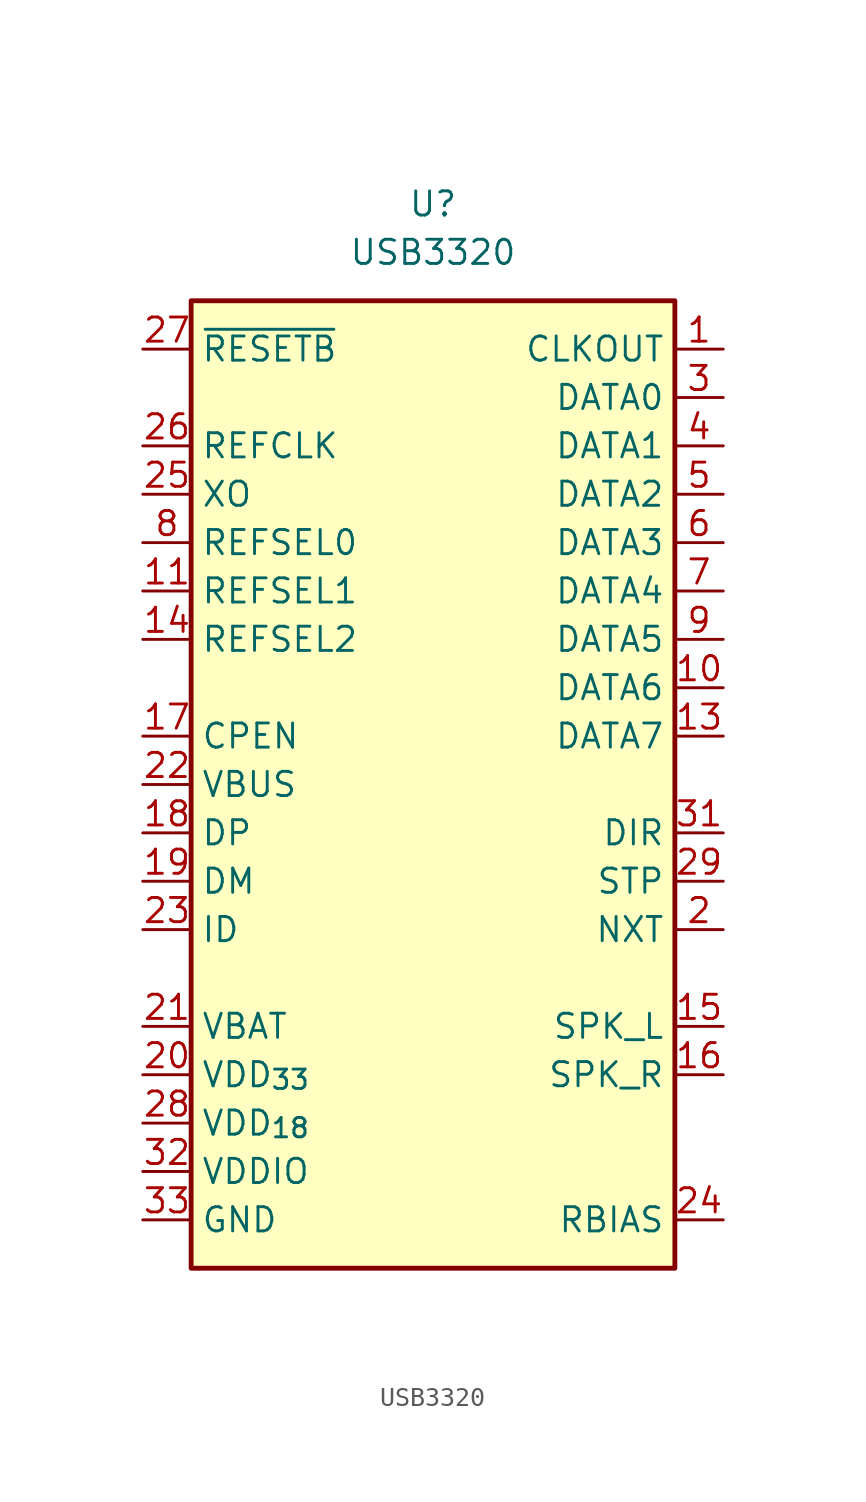
<source format=kicad_sym>
(kicad_symbol_lib
  (version 20220914)
  (generator kicad_symbol_editor)
  (symbol "USB3320"
    (property "Reference" "U"
      (at 0 5.08 0)
      (effects (font (size 1.27 1.27))))
    (property "Value" "USB3320"
      (at 0 2.54 0)
      (effects (font (size 1.27 1.27))))
    (symbol "USB3320_0_1"
      (rectangle (start -12.7 0) (end 12.7 -50.8) (stroke (width 0.254) (type default)) (fill (type background))))
    (symbol "USB3320_1_1"
      (pin bidirectional line (at 15.24 -2.54 180) (length 2.54) (name "CLKOUT" (effects (font (size 1.27 1.27)))) (number "1" (effects (font (size 1.27 1.27)))) (alternate "CLKIN" input clock) (alternate "CLKOUT" output line))
      (pin bidirectional line (at 15.24 -20.32 180) (length 2.54) (name "DATA6" (effects (font (size 1.27 1.27)))) (number "10" (effects (font (size 1.27 1.27)))))
      (pin input line (at -15.24 -15.24 0) (length 2.54) (name "REFSEL1" (effects (font (size 1.27 1.27)))) (number "11" (effects (font (size 1.27 1.27)))))
      (pin no_connect line (at 15.24 -45.72 180) (length 2.54) hide (name "NC" (effects (font (size 1.27 1.27)))) (number "12" (effects (font (size 1.27 1.27)))))
      (pin bidirectional line (at 15.24 -22.86 180) (length 2.54) (name "DATA7" (effects (font (size 1.27 1.27)))) (number "13" (effects (font (size 1.27 1.27)))))
      (pin input line (at -15.24 -17.78 0) (length 2.54) (name "REFSEL2" (effects (font (size 1.27 1.27)))) (number "14" (effects (font (size 1.27 1.27)))))
      (pin passive line (at 15.24 -38.1 180) (length 2.54) (name "SPK_L" (effects (font (size 1.27 1.27)))) (number "15" (effects (font (size 1.27 1.27)))))
      (pin passive line (at 15.24 -40.64 180) (length 2.54) (name "SPK_R" (effects (font (size 1.27 1.27)))) (number "16" (effects (font (size 1.27 1.27)))))
      (pin output line (at -15.24 -22.86 0) (length 2.54) (name "CPEN" (effects (font (size 1.27 1.27)))) (number "17" (effects (font (size 1.27 1.27)))))
      (pin bidirectional line (at -15.24 -27.94 0) (length 2.54) (name "DP" (effects (font (size 1.27 1.27)))) (number "18" (effects (font (size 1.27 1.27)))))
      (pin bidirectional line (at -15.24 -30.48 0) (length 2.54) (name "DM" (effects (font (size 1.27 1.27)))) (number "19" (effects (font (size 1.27 1.27)))))
      (pin output line (at 15.24 -33.02 180) (length 2.54) (name "NXT" (effects (font (size 1.27 1.27)))) (number "2" (effects (font (size 1.27 1.27)))))
      (pin power_out line (at -15.24 -40.64 0) (length 2.54) (name "VDD_{33}" (effects (font (size 1.27 1.27)))) (number "20" (effects (font (size 1.27 1.27)))))
      (pin power_in line (at -15.24 -38.1 0) (length 2.54) (name "VBAT" (effects (font (size 1.27 1.27)))) (number "21" (effects (font (size 1.27 1.27)))))
      (pin input line (at -15.24 -25.4 0) (length 2.54) (name "VBUS" (effects (font (size 1.27 1.27)))) (number "22" (effects (font (size 1.27 1.27)))))
      (pin input line (at -15.24 -33.02 0) (length 2.54) (name "ID" (effects (font (size 1.27 1.27)))) (number "23" (effects (font (size 1.27 1.27)))))
      (pin passive line (at 15.24 -48.26 180) (length 2.54) (name "RBIAS" (effects (font (size 1.27 1.27)))) (number "24" (effects (font (size 1.27 1.27)))))
      (pin output line (at -15.24 -10.16 0) (length 2.54) (name "XO" (effects (font (size 1.27 1.27)))) (number "25" (effects (font (size 1.27 1.27)))))
      (pin input line (at -15.24 -7.62 0) (length 2.54) (name "REFCLK" (effects (font (size 1.27 1.27)))) (number "26" (effects (font (size 1.27 1.27)))))
      (pin input line (at -15.24 -2.54 0) (length 2.54) (name "~{RESETB}" (effects (font (size 1.27 1.27)))) (number "27" (effects (font (size 1.27 1.27)))))
      (pin power_in line (at -15.24 -43.18 0) (length 2.54) (name "VDD_{18}" (effects (font (size 1.27 1.27)))) (number "28" (effects (font (size 1.27 1.27)))))
      (pin input line (at 15.24 -30.48 180) (length 2.54) (name "STP" (effects (font (size 1.27 1.27)))) (number "29" (effects (font (size 1.27 1.27)))))
      (pin bidirectional line (at 15.24 -5.08 180) (length 2.54) (name "DATA0" (effects (font (size 1.27 1.27)))) (number "3" (effects (font (size 1.27 1.27)))))
      (pin power_in line (at -15.24 -43.18 0) (length 2.54) hide (name "VDD_{18}" (effects (font (size 1.27 1.27)))) (number "30" (effects (font (size 1.27 1.27)))))
      (pin output line (at 15.24 -27.94 180) (length 2.54) (name "DIR" (effects (font (size 1.27 1.27)))) (number "31" (effects (font (size 1.27 1.27)))))
      (pin power_out line (at -15.24 -45.72 0) (length 2.54) (name "VDDIO" (effects (font (size 1.27 1.27)))) (number "32" (effects (font (size 1.27 1.27)))))
      (pin power_in line (at -15.24 -48.26 0) (length 2.54) (name "GND" (effects (font (size 1.27 1.27)))) (number "33" (effects (font (size 1.27 1.27)))))
      (pin bidirectional line (at 15.24 -7.62 180) (length 2.54) (name "DATA1" (effects (font (size 1.27 1.27)))) (number "4" (effects (font (size 1.27 1.27)))))
      (pin bidirectional line (at 15.24 -10.16 180) (length 2.54) (name "DATA2" (effects (font (size 1.27 1.27)))) (number "5" (effects (font (size 1.27 1.27)))))
      (pin bidirectional line (at 15.24 -12.7 180) (length 2.54) (name "DATA3" (effects (font (size 1.27 1.27)))) (number "6" (effects (font (size 1.27 1.27)))))
      (pin bidirectional line (at 15.24 -15.24 180) (length 2.54) (name "DATA4" (effects (font (size 1.27 1.27)))) (number "7" (effects (font (size 1.27 1.27)))))
      (pin input line (at -15.24 -12.7 0) (length 2.54) (name "REFSEL0" (effects (font (size 1.27 1.27)))) (number "8" (effects (font (size 1.27 1.27)))))
      (pin bidirectional line (at 15.24 -17.78 180) (length 2.54) (name "DATA5" (effects (font (size 1.27 1.27)))) (number "9" (effects (font (size 1.27 1.27))))))))
</source>
